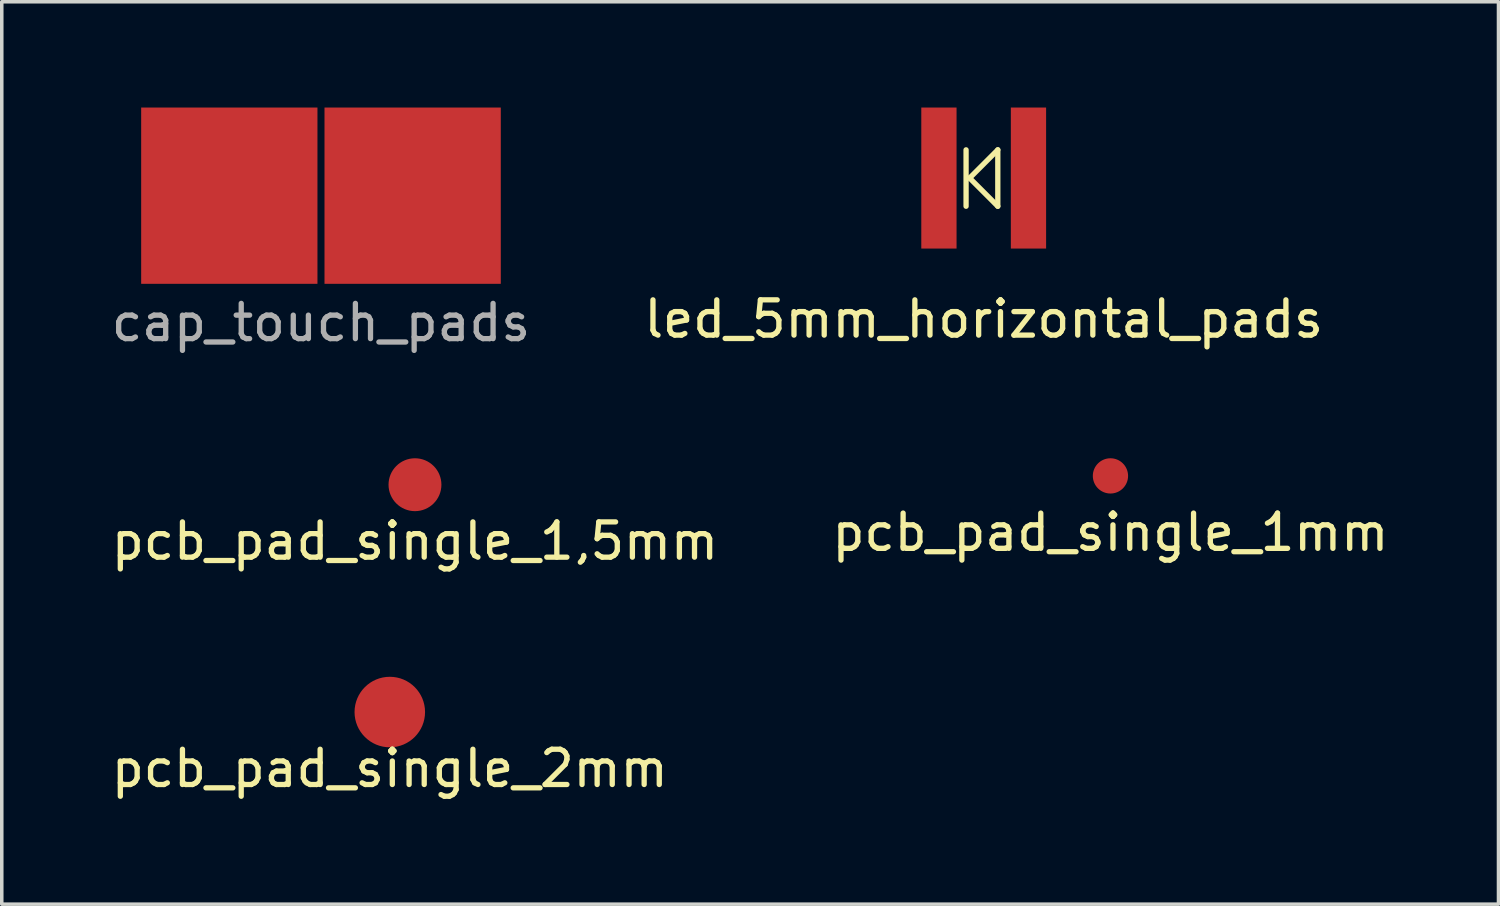
<source format=kicad_pcb>
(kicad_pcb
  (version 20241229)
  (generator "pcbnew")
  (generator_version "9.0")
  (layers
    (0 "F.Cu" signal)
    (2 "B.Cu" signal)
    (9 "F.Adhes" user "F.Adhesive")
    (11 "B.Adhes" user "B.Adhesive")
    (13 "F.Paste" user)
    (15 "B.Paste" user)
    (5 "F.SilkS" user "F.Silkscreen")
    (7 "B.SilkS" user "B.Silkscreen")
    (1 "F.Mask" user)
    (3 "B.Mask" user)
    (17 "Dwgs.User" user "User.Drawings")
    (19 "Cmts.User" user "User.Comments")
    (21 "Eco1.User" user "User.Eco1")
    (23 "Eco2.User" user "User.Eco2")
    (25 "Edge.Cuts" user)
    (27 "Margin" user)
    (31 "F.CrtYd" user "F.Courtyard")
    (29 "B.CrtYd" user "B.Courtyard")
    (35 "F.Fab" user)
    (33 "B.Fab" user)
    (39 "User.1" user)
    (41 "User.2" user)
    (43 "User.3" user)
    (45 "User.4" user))
  (footprint "led_5mm_horizontal_pads"
    (layer "F.Cu")
    (at 24.851 2)
    (property "Reference" "led_5mm_horizontal_pads" (at 0 4 0) (layer "F.SilkS") (effects (font (size 1 1) (thickness 0.15))))
    (attr through_hole)
    (fp_line (start -0.5 -0.8) (end -0.5 0.8) (stroke (width 0.15) (type solid)) (layer "F.SilkS"))
    (fp_line (start -0.4 0) (end 0.4 -0.8) (stroke (width 0.15) (type solid)) (layer "F.SilkS"))
    (fp_line (start -0.4 0) (end 0.4 0.8) (stroke (width 0.15) (type solid)) (layer "F.SilkS"))
    (fp_line (start 0.4 0.8) (end 0.4 -0.8) (stroke (width 0.15) (type solid)) (layer "F.SilkS"))
    (pad "1" smd rect (at -1.27 0) (size 1 4) (layers "F.Cu" "F.Mask" "F.Paste"))
    (pad "2" smd rect (at 1.27 0) (size 1 4) (layers "F.Cu" "F.Mask" "F.Paste")))
  (footprint "cap_touch_pads"
    (layer "F.Cu")
    (at 6.054 2.5)
    (property "Reference" "cap_touch_pads" (at 0 3.6 0) (layer "F.Fab") (effects (font (size 1 1) (thickness 0.15))))
    (attr through_hole)
    (pad "1" smd rect (at -2.6 0) (size 5 5) (layers "F.Cu" "F.Mask"))
    (pad "2" smd rect (at 2.6 0) (size 5 5) (layers "F.Cu" "F.Mask")))
  (footprint "pcb_pad_single_1,5mm"
    (layer "F.Cu")
    (at 8.72 10.698)
    (property "Reference" "pcb_pad_single_1,5mm" (at 0 1.6 0) (layer "F.SilkS") (effects (font (size 1 1) (thickness 0.15))))
    (attr through_hole)
    (pad "1" smd circle (at 0 0) (size 1.5 1.5) (layers "F.Cu" "F.Mask" "F.Paste")))
  (footprint "pcb_pad_single_2mm"
    (layer "F.Cu")
    (at 8.006 17.146)
    (property "Reference" "pcb_pad_single_2mm" (at 0 1.6 0) (layer "F.SilkS") (effects (font (size 1 1) (thickness 0.15))))
    (attr through_hole)
    (pad "1" smd circle (at 0 0) (size 2 2) (layers "F.Cu" "F.Mask" "F.Paste")))
  (footprint "pcb_pad_single_1mm"
    (layer "F.Cu")
    (at 28.446 10.448)
    (property "Reference" "pcb_pad_single_1mm" (at 0 1.6 0) (layer "F.SilkS") (effects (font (size 1 1) (thickness 0.15))))
    (attr through_hole)
    (pad "1" smd circle (at 0 0) (size 1 1) (layers "F.Cu" "F.Mask" "F.Paste")))
  (gr_rect
    (start -3 -3)
    (end 39.452 22.595)
    (stroke (width 0.1) (type default))
    (fill no)
    (layer "Edge.Cuts")))
</source>
